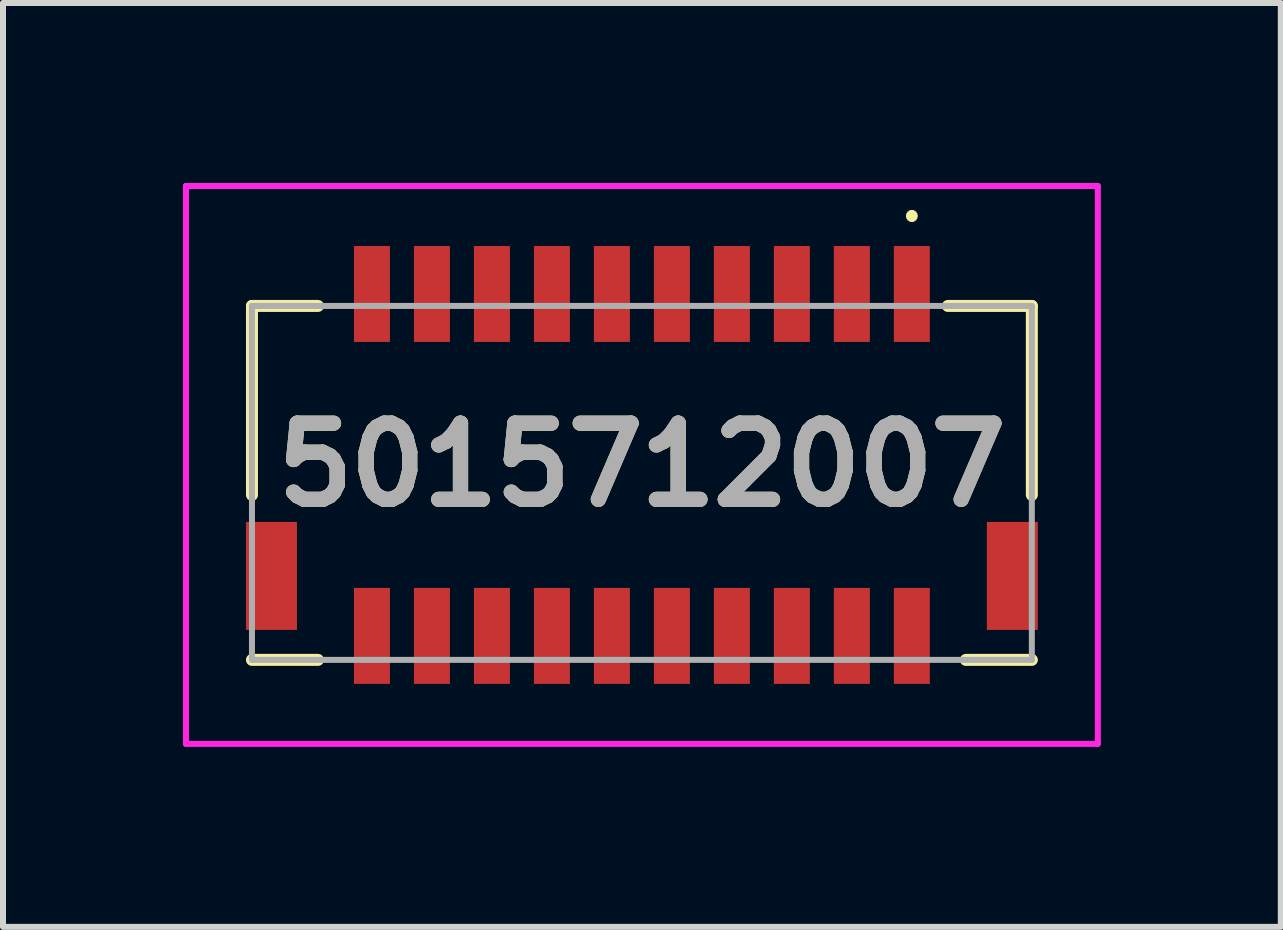
<source format=kicad_pcb>
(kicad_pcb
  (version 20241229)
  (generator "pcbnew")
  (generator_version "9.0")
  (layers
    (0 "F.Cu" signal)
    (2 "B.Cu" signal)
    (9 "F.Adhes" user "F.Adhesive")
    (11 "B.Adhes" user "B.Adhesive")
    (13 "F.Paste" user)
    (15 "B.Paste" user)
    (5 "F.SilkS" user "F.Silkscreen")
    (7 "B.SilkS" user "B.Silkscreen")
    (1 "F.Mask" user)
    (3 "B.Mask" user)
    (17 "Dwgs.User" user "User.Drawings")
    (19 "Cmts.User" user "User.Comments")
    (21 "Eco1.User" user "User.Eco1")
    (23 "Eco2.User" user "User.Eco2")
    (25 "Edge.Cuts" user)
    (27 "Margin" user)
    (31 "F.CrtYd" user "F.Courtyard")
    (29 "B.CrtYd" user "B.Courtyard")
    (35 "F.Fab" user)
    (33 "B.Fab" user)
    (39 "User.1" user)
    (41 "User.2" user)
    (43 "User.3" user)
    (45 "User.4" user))
  (footprint "5015712007"
    (layer "F.Cu")
    (at 7.65 4.9)
    (property "Reference" "5015712007" (at 0 -0.2 0) (layer "F.SilkS") (effects (font (size 1.27 1.27) (thickness 0.254))))
    (attr smd)
    (fp_line (start -6.5 -2.85) (end -6.5 0.3) (stroke (width 0.2) (type solid)) (layer "F.SilkS"))
    (fp_line (start -6.5 3.05) (end -5.4 3.05) (stroke (width 0.2) (type solid)) (layer "F.SilkS"))
    (fp_line (start -5.4 -2.85) (end -6.5 -2.85) (stroke (width 0.2) (type solid)) (layer "F.SilkS"))
    (fp_line (start 4.5 -4.4) (end 4.5 -4.4) (stroke (width 0.1) (type solid)) (layer "F.SilkS"))
    (fp_line (start 4.5 -4.3) (end 4.5 -4.3) (stroke (width 0.1) (type solid)) (layer "F.SilkS"))
    (fp_line (start 5.1 -2.85) (end 6.5 -2.85) (stroke (width 0.2) (type solid)) (layer "F.SilkS"))
    (fp_line (start 5.4 3.05) (end 6.5 3.05) (stroke (width 0.2) (type solid)) (layer "F.SilkS"))
    (fp_line (start 6.5 -2.85) (end 6.5 0.3) (stroke (width 0.2) (type solid)) (layer "F.SilkS"))
    (fp_arc (start 4.5 -4.4) (mid 4.55 -4.35) (end 4.5 -4.3) (stroke (width 0.1) (type solid)) (layer "F.SilkS"))
    (fp_arc (start 4.5 -4.3) (mid 4.45 -4.35) (end 4.5 -4.4) (stroke (width 0.1) (type solid)) (layer "F.SilkS"))
    (fp_line (start -7.6 -4.85) (end 7.6 -4.85) (stroke (width 0.1) (type solid)) (layer "F.CrtYd"))
    (fp_line (start -7.6 4.45) (end -7.6 -4.85) (stroke (width 0.1) (type solid)) (layer "F.CrtYd"))
    (fp_line (start 7.6 -4.85) (end 7.6 4.45) (stroke (width 0.1) (type solid)) (layer "F.CrtYd"))
    (fp_line (start 7.6 4.45) (end -7.6 4.45) (stroke (width 0.1) (type solid)) (layer "F.CrtYd"))
    (fp_line (start -6.5 -2.85) (end 6.5 -2.85) (stroke (width 0.1) (type solid)) (layer "F.Fab"))
    (fp_line (start -6.5 3.05) (end -6.5 -2.85) (stroke (width 0.1) (type solid)) (layer "F.Fab"))
    (fp_line (start 6.5 -2.85) (end 6.5 3.05) (stroke (width 0.1) (type solid)) (layer "F.Fab"))
    (fp_line (start 6.5 3.05) (end -6.5 3.05) (stroke (width 0.1) (type solid)) (layer "F.Fab"))
    (fp_text user "${REFERENCE}" (at 0 -0.2 0) (layer "F.Fab") (effects (font (size 1.27 1.27) (thickness 0.254))))
    (pad "1" smd rect (at 4.5 -3.05) (size 0.6 1.6) (layers "F.Cu" "F.Mask" "F.Paste"))
    (pad "2" smd rect (at 4.5 2.65) (size 0.6 1.6) (layers "F.Cu" "F.Mask" "F.Paste"))
    (pad "3" smd rect (at 3.5 -3.05) (size 0.6 1.6) (layers "F.Cu" "F.Mask" "F.Paste"))
    (pad "4" smd rect (at 3.5 2.65) (size 0.6 1.6) (layers "F.Cu" "F.Mask" "F.Paste"))
    (pad "5" smd rect (at 2.5 -3.05) (size 0.6 1.6) (layers "F.Cu" "F.Mask" "F.Paste"))
    (pad "6" smd rect (at 2.5 2.65) (size 0.6 1.6) (layers "F.Cu" "F.Mask" "F.Paste"))
    (pad "7" smd rect (at 1.5 -3.05) (size 0.6 1.6) (layers "F.Cu" "F.Mask" "F.Paste"))
    (pad "8" smd rect (at 1.5 2.65) (size 0.6 1.6) (layers "F.Cu" "F.Mask" "F.Paste"))
    (pad "9" smd rect (at 0.5 -3.05) (size 0.6 1.6) (layers "F.Cu" "F.Mask" "F.Paste"))
    (pad "10" smd rect (at 0.5 2.65) (size 0.6 1.6) (layers "F.Cu" "F.Mask" "F.Paste"))
    (pad "11" smd rect (at -0.5 -3.05) (size 0.6 1.6) (layers "F.Cu" "F.Mask" "F.Paste"))
    (pad "12" smd rect (at -0.5 2.65) (size 0.6 1.6) (layers "F.Cu" "F.Mask" "F.Paste"))
    (pad "13" smd rect (at -1.5 -3.05) (size 0.6 1.6) (layers "F.Cu" "F.Mask" "F.Paste"))
    (pad "14" smd rect (at -1.5 2.65) (size 0.6 1.6) (layers "F.Cu" "F.Mask" "F.Paste"))
    (pad "15" smd rect (at -2.5 -3.05) (size 0.6 1.6) (layers "F.Cu" "F.Mask" "F.Paste"))
    (pad "16" smd rect (at -2.5 2.65) (size 0.6 1.6) (layers "F.Cu" "F.Mask" "F.Paste"))
    (pad "17" smd rect (at -3.5 -3.05) (size 0.6 1.6) (layers "F.Cu" "F.Mask" "F.Paste"))
    (pad "18" smd rect (at -3.5 2.65) (size 0.6 1.6) (layers "F.Cu" "F.Mask" "F.Paste"))
    (pad "19" smd rect (at -4.5 -3.05) (size 0.6 1.6) (layers "F.Cu" "F.Mask" "F.Paste"))
    (pad "20" smd rect (at -4.5 2.65) (size 0.6 1.6) (layers "F.Cu" "F.Mask" "F.Paste"))
    (pad "MP1" smd rect (at 6.175 1.65) (size 0.85 1.8) (layers "F.Cu" "F.Mask" "F.Paste"))
    (pad "MP2" smd rect (at -6.175 1.65) (size 0.85 1.8) (layers "F.Cu" "F.Mask" "F.Paste")))
  (gr_rect
    (start -3 -3)
    (end 18.3 12.4)
    (stroke (width 0.1) (type default))
    (fill no)
    (layer "Edge.Cuts")))
</source>
